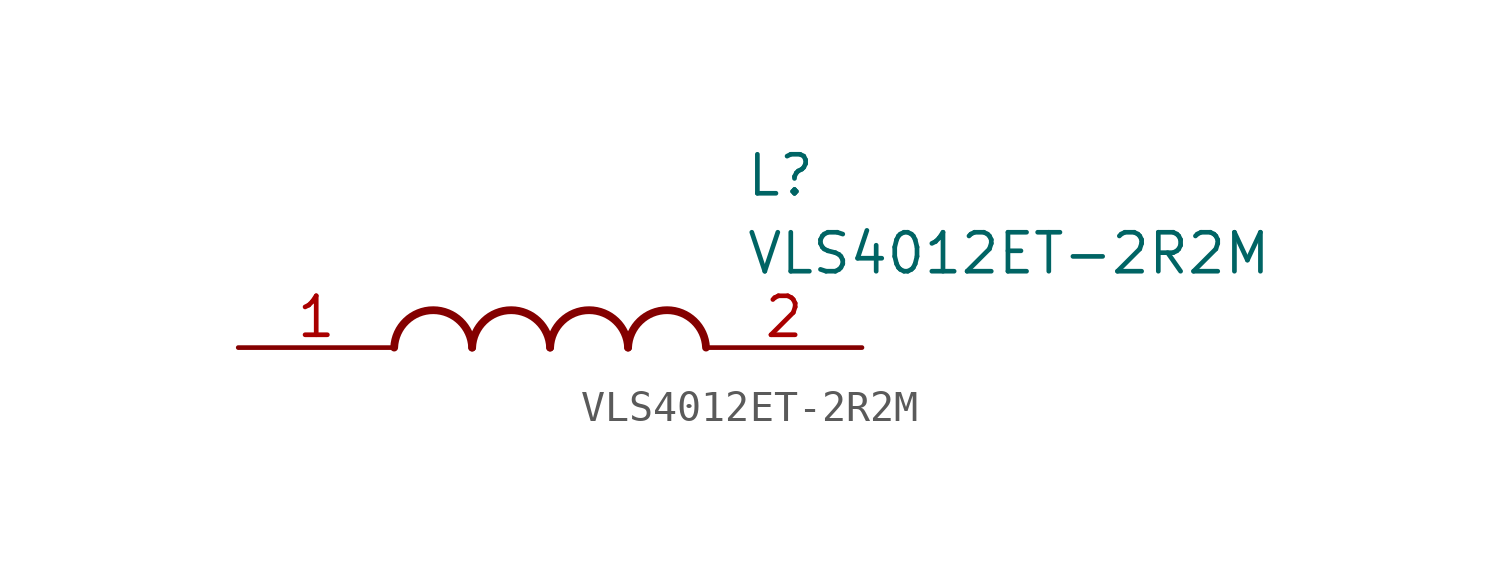
<source format=kicad_sym>
(kicad_symbol_lib
  (version 20211014)
  (generator SamacSys_ECAD_Model)
  (symbol "VLS4012ET-2R2M"
    (pin_names hide)
    (property "Reference" "L"
      (at 16.51 6.35 0)
      (effects (font (size 1.27 1.27)) (justify left top)))
    (property "Value" "VLS4012ET-2R2M"
      (at 16.51 3.81 0)
      (effects (font (size 1.27 1.27)) (justify left top)))
    (arc
      (start 7.62 0)
      (mid 6.35 1.219)
      (end 5.08 0)
      (stroke (width 0.254) (type default))
      (fill (type none)))
    (arc
      (start 10.16 0)
      (mid 8.89 1.219)
      (end 7.62 0)
      (stroke (width 0.254) (type default))
      (fill (type none)))
    (arc
      (start 12.7 0)
      (mid 11.43 1.219)
      (end 10.16 0)
      (stroke (width 0.254) (type default))
      (fill (type none)))
    (arc
      (start 15.24 0)
      (mid 13.97 1.219)
      (end 12.7 0)
      (stroke (width 0.254) (type default))
      (fill (type none)))
    (pin passive line
      (at 0 0 0)
      (length 5.08)
      (name "1" (effects (font (size 1.27 1.27))))
      (number "1" (effects (font (size 1.27 1.27)))))
    (pin passive line
      (at 20.32 0 180)
      (length 5.08)
      (name "2" (effects (font (size 1.27 1.27))))
      (number "2" (effects (font (size 1.27 1.27)))))))
</source>
